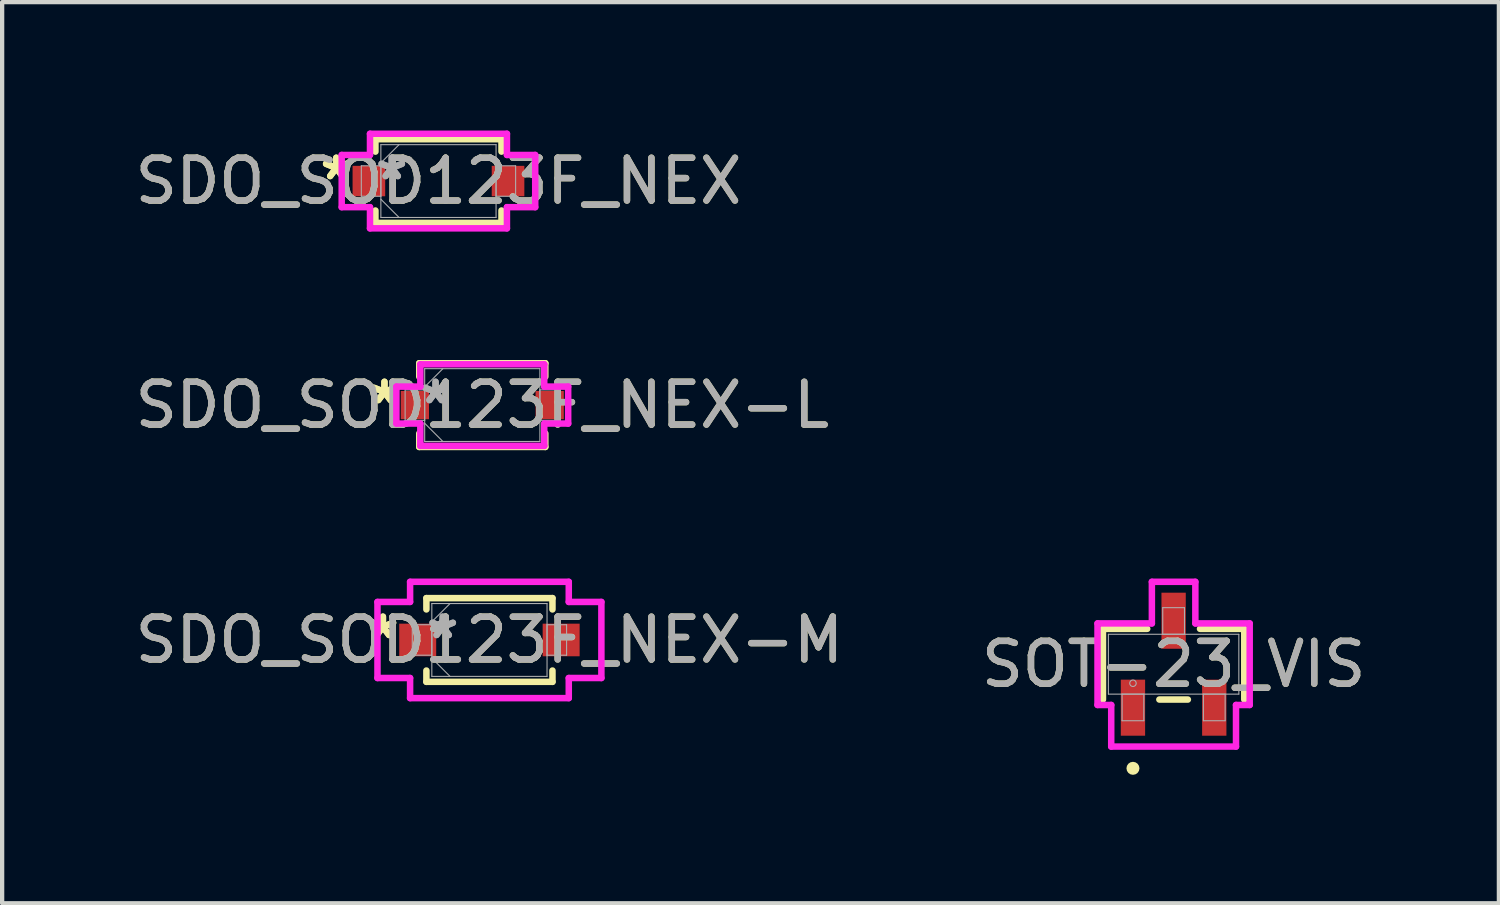
<source format=kicad_pcb>
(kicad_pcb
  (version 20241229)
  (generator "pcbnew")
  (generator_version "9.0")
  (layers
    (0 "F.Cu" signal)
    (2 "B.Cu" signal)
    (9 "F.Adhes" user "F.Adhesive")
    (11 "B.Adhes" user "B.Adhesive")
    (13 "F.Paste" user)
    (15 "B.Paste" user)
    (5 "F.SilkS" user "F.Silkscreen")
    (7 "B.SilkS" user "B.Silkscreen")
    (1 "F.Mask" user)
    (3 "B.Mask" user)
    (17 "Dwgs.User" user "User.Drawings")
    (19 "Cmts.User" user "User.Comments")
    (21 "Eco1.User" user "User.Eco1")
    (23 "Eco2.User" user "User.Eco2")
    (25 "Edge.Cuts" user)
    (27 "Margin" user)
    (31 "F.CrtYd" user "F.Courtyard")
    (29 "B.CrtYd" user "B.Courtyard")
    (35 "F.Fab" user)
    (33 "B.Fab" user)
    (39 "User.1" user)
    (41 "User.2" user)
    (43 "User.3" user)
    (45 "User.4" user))
  (footprint "SDO_SOD123F_NEX-L"
    (layer "F.Cu")
    (at 8.22 6.416)
    (property "Reference" "SDO_SOD123F_NEX-L" (at 0 0 0) (unlocked yes) (layer "F.SilkS") (effects (font (size 1 1) (thickness 0.15))))
    (attr smd)
    (fp_line (start -1.473 -0.978) (end -1.473 -0.663) (stroke (width 0.152) (type solid)) (layer "F.SilkS"))
    (fp_line (start -1.473 0.663) (end -1.473 0.978) (stroke (width 0.152) (type solid)) (layer "F.SilkS"))
    (fp_line (start -1.473 0.978) (end 1.473 0.978) (stroke (width 0.152) (type solid)) (layer "F.SilkS"))
    (fp_line (start 1.473 -0.978) (end -1.473 -0.978) (stroke (width 0.152) (type solid)) (layer "F.SilkS"))
    (fp_line (start 1.473 -0.663) (end 1.473 -0.978) (stroke (width 0.152) (type solid)) (layer "F.SilkS"))
    (fp_line (start 1.473 0.978) (end 1.473 0.663) (stroke (width 0.152) (type solid)) (layer "F.SilkS"))
    (fp_line (start -2.007 -0.432) (end -1.448 -0.432) (stroke (width 0.152) (type solid)) (layer "F.CrtYd"))
    (fp_line (start -2.007 0.432) (end -2.007 -0.432) (stroke (width 0.152) (type solid)) (layer "F.CrtYd"))
    (fp_line (start -1.448 -0.953) (end 1.448 -0.953) (stroke (width 0.152) (type solid)) (layer "F.CrtYd"))
    (fp_line (start -1.448 -0.432) (end -1.448 -0.953) (stroke (width 0.152) (type solid)) (layer "F.CrtYd"))
    (fp_line (start -1.448 0.432) (end -2.007 0.432) (stroke (width 0.152) (type solid)) (layer "F.CrtYd"))
    (fp_line (start -1.448 0.953) (end -1.448 0.432) (stroke (width 0.152) (type solid)) (layer "F.CrtYd"))
    (fp_line (start 1.448 -0.953) (end 1.448 -0.432) (stroke (width 0.152) (type solid)) (layer "F.CrtYd"))
    (fp_line (start 1.448 -0.432) (end 2.007 -0.432) (stroke (width 0.152) (type solid)) (layer "F.CrtYd"))
    (fp_line (start 1.448 0.432) (end 1.448 0.953) (stroke (width 0.152) (type solid)) (layer "F.CrtYd"))
    (fp_line (start 1.448 0.953) (end -1.448 0.953) (stroke (width 0.152) (type solid)) (layer "F.CrtYd"))
    (fp_line (start 2.007 -0.432) (end 2.007 0.432) (stroke (width 0.152) (type solid)) (layer "F.CrtYd"))
    (fp_line (start 2.007 0.432) (end 1.448 0.432) (stroke (width 0.152) (type solid)) (layer "F.CrtYd"))
    (fp_line (start -1.803 -0.356) (end -1.803 0.356) (stroke (width 0.025) (type solid)) (layer "F.Fab"))
    (fp_line (start -1.803 0.356) (end -1.346 0.356) (stroke (width 0.025) (type solid)) (layer "F.Fab"))
    (fp_line (start -1.346 -0.851) (end -1.346 0.851) (stroke (width 0.025) (type solid)) (layer "F.Fab"))
    (fp_line (start -1.346 -0.425) (end -0.921 -0.851) (stroke (width 0.025) (type solid)) (layer "F.Fab"))
    (fp_line (start -1.346 -0.356) (end -1.803 -0.356) (stroke (width 0.025) (type solid)) (layer "F.Fab"))
    (fp_line (start -1.346 0.356) (end -1.346 -0.356) (stroke (width 0.025) (type solid)) (layer "F.Fab"))
    (fp_line (start -1.346 0.425) (end -0.921 0.851) (stroke (width 0.025) (type solid)) (layer "F.Fab"))
    (fp_line (start -1.346 0.851) (end 1.346 0.851) (stroke (width 0.025) (type solid)) (layer "F.Fab"))
    (fp_line (start 1.346 -0.851) (end -1.346 -0.851) (stroke (width 0.025) (type solid)) (layer "F.Fab"))
    (fp_line (start 1.346 -0.356) (end 1.346 0.356) (stroke (width 0.025) (type solid)) (layer "F.Fab"))
    (fp_line (start 1.346 0.356) (end 1.803 0.356) (stroke (width 0.025) (type solid)) (layer "F.Fab"))
    (fp_line (start 1.346 0.851) (end 1.346 -0.851) (stroke (width 0.025) (type solid)) (layer "F.Fab"))
    (fp_line (start 1.803 -0.356) (end 1.346 -0.356) (stroke (width 0.025) (type solid)) (layer "F.Fab"))
    (fp_line (start 1.803 0.356) (end 1.803 -0.356) (stroke (width 0.025) (type solid)) (layer "F.Fab"))
    (fp_text user "*" (at -2.286 0 0) (unlocked yes) (layer "F.SilkS") (effects (font (size 1 1) (thickness 0.15))))
    (fp_text user "*" (at -2.286 0 0) (layer "F.SilkS") (effects (font (size 1 1) (thickness 0.15))))
    (fp_text user "*" (at -1.092 0 0) (layer "F.Fab") (effects (font (size 1 1) (thickness 0.15))))
    (fp_text user "*" (at -1.092 0 0) (unlocked yes) (layer "F.Fab") (effects (font (size 1 1) (thickness 0.15))))
    (fp_text user "${REFERENCE}" (at 0 0 0) (unlocked yes) (layer "F.Fab") (effects (font (size 1 1) (thickness 0.15))))
    (pad "1" smd rect (at -1.575 0) (size 0.66 0.66) (layers "F.Cu" "F.Mask" "F.Paste"))
    (pad "2" smd rect (at 1.575 0) (size 0.66 0.66) (layers "F.Cu" "F.Mask" "F.Paste"))
    (zone (net_name "") (layer "F.Cu") (hatch full 0.508) (connect_pads) (min_thickness 0.254) (filled_areas_thickness no) (keepout (tracks not_allowed) (vias not_allowed) (pads allowed) (copperpour not_allowed) (footprints allowed)) (placement (enabled no)) (fill) (polygon (pts (xy 7.026 5.616) (xy 9.414 5.616) (xy 9.414 7.216) (xy 7.026 7.216)))))
  (footprint "SDO_SOD123F_NEX-M"
    (layer "F.Cu")
    (at 8.387 11.905)
    (property "Reference" "SDO_SOD123F_NEX-M" (at 0 0 0) (unlocked yes) (layer "F.SilkS") (effects (font (size 1 1) (thickness 0.15))))
    (attr smd)
    (fp_line (start -1.473 -0.978) (end -1.473 -0.714) (stroke (width 0.152) (type solid)) (layer "F.SilkS"))
    (fp_line (start -1.473 0.714) (end -1.473 0.978) (stroke (width 0.152) (type solid)) (layer "F.SilkS"))
    (fp_line (start -1.473 0.978) (end 1.473 0.978) (stroke (width 0.152) (type solid)) (layer "F.SilkS"))
    (fp_line (start 1.473 -0.978) (end -1.473 -0.978) (stroke (width 0.152) (type solid)) (layer "F.SilkS"))
    (fp_line (start 1.473 -0.714) (end 1.473 -0.978) (stroke (width 0.152) (type solid)) (layer "F.SilkS"))
    (fp_line (start 1.473 0.978) (end 1.473 0.714) (stroke (width 0.152) (type solid)) (layer "F.SilkS"))
    (fp_line (start -2.616 -0.889) (end -1.854 -0.889) (stroke (width 0.152) (type solid)) (layer "F.CrtYd"))
    (fp_line (start -2.616 0.889) (end -2.616 -0.889) (stroke (width 0.152) (type solid)) (layer "F.CrtYd"))
    (fp_line (start -1.854 -1.359) (end 1.854 -1.359) (stroke (width 0.152) (type solid)) (layer "F.CrtYd"))
    (fp_line (start -1.854 -0.889) (end -1.854 -1.359) (stroke (width 0.152) (type solid)) (layer "F.CrtYd"))
    (fp_line (start -1.854 0.889) (end -2.616 0.889) (stroke (width 0.152) (type solid)) (layer "F.CrtYd"))
    (fp_line (start -1.854 1.359) (end -1.854 0.889) (stroke (width 0.152) (type solid)) (layer "F.CrtYd"))
    (fp_line (start 1.854 -1.359) (end 1.854 -0.889) (stroke (width 0.152) (type solid)) (layer "F.CrtYd"))
    (fp_line (start 1.854 -0.889) (end 2.616 -0.889) (stroke (width 0.152) (type solid)) (layer "F.CrtYd"))
    (fp_line (start 1.854 0.889) (end 1.854 1.359) (stroke (width 0.152) (type solid)) (layer "F.CrtYd"))
    (fp_line (start 1.854 1.359) (end -1.854 1.359) (stroke (width 0.152) (type solid)) (layer "F.CrtYd"))
    (fp_line (start 2.616 -0.889) (end 2.616 0.889) (stroke (width 0.152) (type solid)) (layer "F.CrtYd"))
    (fp_line (start 2.616 0.889) (end 1.854 0.889) (stroke (width 0.152) (type solid)) (layer "F.CrtYd"))
    (fp_line (start -1.803 -0.356) (end -1.803 0.356) (stroke (width 0.025) (type solid)) (layer "F.Fab"))
    (fp_line (start -1.803 0.356) (end -1.346 0.356) (stroke (width 0.025) (type solid)) (layer "F.Fab"))
    (fp_line (start -1.346 -0.851) (end -1.346 0.851) (stroke (width 0.025) (type solid)) (layer "F.Fab"))
    (fp_line (start -1.346 -0.425) (end -0.921 -0.851) (stroke (width 0.025) (type solid)) (layer "F.Fab"))
    (fp_line (start -1.346 -0.356) (end -1.803 -0.356) (stroke (width 0.025) (type solid)) (layer "F.Fab"))
    (fp_line (start -1.346 0.356) (end -1.346 -0.356) (stroke (width 0.025) (type solid)) (layer "F.Fab"))
    (fp_line (start -1.346 0.425) (end -0.921 0.851) (stroke (width 0.025) (type solid)) (layer "F.Fab"))
    (fp_line (start -1.346 0.851) (end 1.346 0.851) (stroke (width 0.025) (type solid)) (layer "F.Fab"))
    (fp_line (start 1.346 -0.851) (end -1.346 -0.851) (stroke (width 0.025) (type solid)) (layer "F.Fab"))
    (fp_line (start 1.346 -0.356) (end 1.346 0.356) (stroke (width 0.025) (type solid)) (layer "F.Fab"))
    (fp_line (start 1.346 0.356) (end 1.803 0.356) (stroke (width 0.025) (type solid)) (layer "F.Fab"))
    (fp_line (start 1.346 0.851) (end 1.346 -0.851) (stroke (width 0.025) (type solid)) (layer "F.Fab"))
    (fp_line (start 1.803 -0.356) (end 1.346 -0.356) (stroke (width 0.025) (type solid)) (layer "F.Fab"))
    (fp_line (start 1.803 0.356) (end 1.803 -0.356) (stroke (width 0.025) (type solid)) (layer "F.Fab"))
    (fp_text user "*" (at -2.489 0 0) (unlocked yes) (layer "F.SilkS") (effects (font (size 1 1) (thickness 0.15))))
    (fp_text user "*" (at -2.489 0 0) (layer "F.SilkS") (effects (font (size 1 1) (thickness 0.15))))
    (fp_text user "${REFERENCE}" (at 0 0 0) (unlocked yes) (layer "F.Fab") (effects (font (size 1 1) (thickness 0.15))))
    (fp_text user "*" (at -1.092 0 0) (unlocked yes) (layer "F.Fab") (effects (font (size 1 1) (thickness 0.15))))
    (fp_text user "*" (at -1.092 0 0) (layer "F.Fab") (effects (font (size 1 1) (thickness 0.15))))
    (pad "1" smd rect (at -1.676 0) (size 0.864 0.762) (layers "F.Cu" "F.Mask" "F.Paste"))
    (pad "2" smd rect (at 1.676 0) (size 0.864 0.762) (layers "F.Cu" "F.Mask" "F.Paste"))
    (zone (net_name "") (layer "F.Cu") (hatch full 0.508) (connect_pads) (min_thickness 0.254) (filled_areas_thickness no) (keepout (tracks not_allowed) (vias not_allowed) (pads allowed) (copperpour not_allowed) (footprints allowed)) (placement (enabled no)) (fill) (polygon (pts (xy 7.193 11.105) (xy 9.581 11.105) (xy 9.581 12.706) (xy 7.193 12.706)))))
  (footprint "SOT-23_VIS"
    (layer "F.Cu")
    (at 24.375 12.471)
    (property "Reference" "SOT-23_VIS" (at 0 0 0) (unlocked yes) (layer "F.SilkS") (effects (font (size 1 1) (thickness 0.15))))
    (attr smd)
    (fp_line (start -1.651 -0.826) (end -1.651 0.826) (stroke (width 0.152) (type solid)) (layer "F.SilkS"))
    (fp_line (start -0.617 -0.826) (end -1.651 -0.826) (stroke (width 0.152) (type solid)) (layer "F.SilkS"))
    (fp_line (start -0.333 0.826) (end 0.333 0.826) (stroke (width 0.152) (type solid)) (layer "F.SilkS"))
    (fp_line (start 1.651 -0.826) (end 0.617 -0.826) (stroke (width 0.152) (type solid)) (layer "F.SilkS"))
    (fp_line (start 1.651 0.826) (end 1.651 -0.826) (stroke (width 0.152) (type solid)) (layer "F.SilkS"))
    (fp_circle (center -0.95 2.433) (end -0.874 2.433) (stroke (width 0.152) (type solid)) (fill no) (layer "F.SilkS"))
    (fp_line (start -1.778 -0.953) (end -0.508 -0.953) (stroke (width 0.152) (type solid)) (layer "F.CrtYd"))
    (fp_line (start -1.778 0.953) (end -1.778 -0.953) (stroke (width 0.152) (type solid)) (layer "F.CrtYd"))
    (fp_line (start -1.778 0.953) (end -1.458 0.953) (stroke (width 0.152) (type solid)) (layer "F.CrtYd"))
    (fp_line (start -1.458 0.953) (end -1.458 1.925) (stroke (width 0.152) (type solid)) (layer "F.CrtYd"))
    (fp_line (start -1.458 1.925) (end 1.458 1.925) (stroke (width 0.152) (type solid)) (layer "F.CrtYd"))
    (fp_line (start -0.508 -1.925) (end 0.508 -1.925) (stroke (width 0.152) (type solid)) (layer "F.CrtYd"))
    (fp_line (start -0.508 -0.953) (end -0.508 -1.925) (stroke (width 0.152) (type solid)) (layer "F.CrtYd"))
    (fp_line (start 0.508 -0.953) (end 0.508 -1.925) (stroke (width 0.152) (type solid)) (layer "F.CrtYd"))
    (fp_line (start 1.458 0.953) (end 1.458 1.925) (stroke (width 0.152) (type solid)) (layer "F.CrtYd"))
    (fp_line (start 1.778 -0.953) (end 0.508 -0.953) (stroke (width 0.152) (type solid)) (layer "F.CrtYd"))
    (fp_line (start 1.778 -0.953) (end 1.778 0.953) (stroke (width 0.152) (type solid)) (layer "F.CrtYd"))
    (fp_line (start 1.778 0.953) (end 1.458 0.953) (stroke (width 0.152) (type solid)) (layer "F.CrtYd"))
    (fp_line (start -1.524 -0.699) (end -1.524 0.699) (stroke (width 0.025) (type solid)) (layer "F.Fab"))
    (fp_line (start -1.524 0.699) (end 1.524 0.699) (stroke (width 0.025) (type solid)) (layer "F.Fab"))
    (fp_line (start -1.204 0.699) (end -1.204 1.321) (stroke (width 0.025) (type solid)) (layer "F.Fab"))
    (fp_line (start -1.204 1.321) (end -0.696 1.321) (stroke (width 0.025) (type solid)) (layer "F.Fab"))
    (fp_line (start -0.696 0.699) (end -1.204 0.699) (stroke (width 0.025) (type solid)) (layer "F.Fab"))
    (fp_line (start -0.696 1.321) (end -0.696 0.699) (stroke (width 0.025) (type solid)) (layer "F.Fab"))
    (fp_line (start -0.254 -1.321) (end -0.254 -0.699) (stroke (width 0.025) (type solid)) (layer "F.Fab"))
    (fp_line (start -0.254 -0.699) (end 0.254 -0.699) (stroke (width 0.025) (type solid)) (layer "F.Fab"))
    (fp_line (start 0.254 -1.321) (end -0.254 -1.321) (stroke (width 0.025) (type solid)) (layer "F.Fab"))
    (fp_line (start 0.254 -0.699) (end 0.254 -1.321) (stroke (width 0.025) (type solid)) (layer "F.Fab"))
    (fp_line (start 0.696 0.699) (end 0.696 1.321) (stroke (width 0.025) (type solid)) (layer "F.Fab"))
    (fp_line (start 0.696 1.321) (end 1.204 1.321) (stroke (width 0.025) (type solid)) (layer "F.Fab"))
    (fp_line (start 1.204 0.699) (end 0.696 0.699) (stroke (width 0.025) (type solid)) (layer "F.Fab"))
    (fp_line (start 1.204 1.321) (end 1.204 0.699) (stroke (width 0.025) (type solid)) (layer "F.Fab"))
    (fp_line (start 1.524 -0.699) (end -1.524 -0.699) (stroke (width 0.025) (type solid)) (layer "F.Fab"))
    (fp_line (start 1.524 0.699) (end 1.524 -0.699) (stroke (width 0.025) (type solid)) (layer "F.Fab"))
    (fp_circle (center -0.95 0.445) (end -0.874 0.445) (stroke (width 0.025) (type solid)) (fill no) (layer "F.Fab"))
    (fp_text user "${REFERENCE}" (at 0 0 0) (unlocked yes) (layer "F.Fab") (effects (font (size 1 1) (thickness 0.15))))
    (pad "1" smd rect (at -0.95 1.016) (size 0.568 1.31) (layers "F.Cu" "F.Mask" "F.Paste"))
    (pad "2" smd rect (at 0.95 1.016) (size 0.568 1.31) (layers "F.Cu" "F.Mask" "F.Paste"))
    (pad "3" smd rect (at 0 -1.016) (size 0.568 1.31) (layers "F.Cu" "F.Mask" "F.Paste")))
  (footprint "SDO_SOD123F_NEX"
    (layer "F.Cu")
    (at 7.196 1.181)
    (property "Reference" "SDO_SOD123F_NEX" (at 0 0 0) (unlocked yes) (layer "F.SilkS") (effects (font (size 1 1) (thickness 0.15))))
    (attr smd)
    (fp_line (start -1.473 -0.978) (end -1.473 -0.688) (stroke (width 0.152) (type solid)) (layer "F.SilkS"))
    (fp_line (start -1.473 0.688) (end -1.473 0.978) (stroke (width 0.152) (type solid)) (layer "F.SilkS"))
    (fp_line (start -1.473 0.978) (end 1.473 0.978) (stroke (width 0.152) (type solid)) (layer "F.SilkS"))
    (fp_line (start 1.473 -0.978) (end -1.473 -0.978) (stroke (width 0.152) (type solid)) (layer "F.SilkS"))
    (fp_line (start 1.473 -0.688) (end 1.473 -0.978) (stroke (width 0.152) (type solid)) (layer "F.SilkS"))
    (fp_line (start 1.473 0.978) (end 1.473 0.688) (stroke (width 0.152) (type solid)) (layer "F.SilkS"))
    (fp_line (start -2.261 -0.61) (end -1.6 -0.61) (stroke (width 0.152) (type solid)) (layer "F.CrtYd"))
    (fp_line (start -2.261 0.61) (end -2.261 -0.61) (stroke (width 0.152) (type solid)) (layer "F.CrtYd"))
    (fp_line (start -1.6 -1.105) (end 1.6 -1.105) (stroke (width 0.152) (type solid)) (layer "F.CrtYd"))
    (fp_line (start -1.6 -0.61) (end -1.6 -1.105) (stroke (width 0.152) (type solid)) (layer "F.CrtYd"))
    (fp_line (start -1.6 0.61) (end -2.261 0.61) (stroke (width 0.152) (type solid)) (layer "F.CrtYd"))
    (fp_line (start -1.6 1.105) (end -1.6 0.61) (stroke (width 0.152) (type solid)) (layer "F.CrtYd"))
    (fp_line (start 1.6 -1.105) (end 1.6 -0.61) (stroke (width 0.152) (type solid)) (layer "F.CrtYd"))
    (fp_line (start 1.6 -0.61) (end 2.261 -0.61) (stroke (width 0.152) (type solid)) (layer "F.CrtYd"))
    (fp_line (start 1.6 0.61) (end 1.6 1.105) (stroke (width 0.152) (type solid)) (layer "F.CrtYd"))
    (fp_line (start 1.6 1.105) (end -1.6 1.105) (stroke (width 0.152) (type solid)) (layer "F.CrtYd"))
    (fp_line (start 2.261 -0.61) (end 2.261 0.61) (stroke (width 0.152) (type solid)) (layer "F.CrtYd"))
    (fp_line (start 2.261 0.61) (end 1.6 0.61) (stroke (width 0.152) (type solid)) (layer "F.CrtYd"))
    (fp_line (start -1.803 -0.356) (end -1.803 0.356) (stroke (width 0.025) (type solid)) (layer "F.Fab"))
    (fp_line (start -1.803 0.356) (end -1.346 0.356) (stroke (width 0.025) (type solid)) (layer "F.Fab"))
    (fp_line (start -1.346 -0.851) (end -1.346 0.851) (stroke (width 0.025) (type solid)) (layer "F.Fab"))
    (fp_line (start -1.346 -0.425) (end -0.921 -0.851) (stroke (width 0.025) (type solid)) (layer "F.Fab"))
    (fp_line (start -1.346 -0.356) (end -1.803 -0.356) (stroke (width 0.025) (type solid)) (layer "F.Fab"))
    (fp_line (start -1.346 0.356) (end -1.346 -0.356) (stroke (width 0.025) (type solid)) (layer "F.Fab"))
    (fp_line (start -1.346 0.425) (end -0.921 0.851) (stroke (width 0.025) (type solid)) (layer "F.Fab"))
    (fp_line (start -1.346 0.851) (end 1.346 0.851) (stroke (width 0.025) (type solid)) (layer "F.Fab"))
    (fp_line (start 1.346 -0.851) (end -1.346 -0.851) (stroke (width 0.025) (type solid)) (layer "F.Fab"))
    (fp_line (start 1.346 -0.356) (end 1.346 0.356) (stroke (width 0.025) (type solid)) (layer "F.Fab"))
    (fp_line (start 1.346 0.356) (end 1.803 0.356) (stroke (width 0.025) (type solid)) (layer "F.Fab"))
    (fp_line (start 1.346 0.851) (end 1.346 -0.851) (stroke (width 0.025) (type solid)) (layer "F.Fab"))
    (fp_line (start 1.803 -0.356) (end 1.346 -0.356) (stroke (width 0.025) (type solid)) (layer "F.Fab"))
    (fp_line (start 1.803 0.356) (end 1.803 -0.356) (stroke (width 0.025) (type solid)) (layer "F.Fab"))
    (fp_text user "*" (at -2.388 0 0) (layer "F.SilkS") (effects (font (size 1 1) (thickness 0.15))))
    (fp_text user "*" (at -2.388 0 0) (unlocked yes) (layer "F.SilkS") (effects (font (size 1 1) (thickness 0.15))))
    (fp_text user "${REFERENCE}" (at 0 0 0) (unlocked yes) (layer "F.Fab") (effects (font (size 1 1) (thickness 0.15))))
    (fp_text user "*" (at -1.092 0 0) (unlocked yes) (layer "F.Fab") (effects (font (size 1 1) (thickness 0.15))))
    (fp_text user "*" (at -1.092 0 0) (layer "F.Fab") (effects (font (size 1 1) (thickness 0.15))))
    (pad "1" smd rect (at -1.626 0) (size 0.762 0.711) (layers "F.Cu" "F.Mask" "F.Paste"))
    (pad "2" smd rect (at 1.626 0) (size 0.762 0.711) (layers "F.Cu" "F.Mask" "F.Paste"))
    (zone (net_name "") (layer "F.Cu") (hatch full 0.508) (connect_pads) (min_thickness 0.254) (filled_areas_thickness no) (keepout (tracks not_allowed) (vias not_allowed) (pads allowed) (copperpour not_allowed) (footprints allowed)) (placement (enabled no)) (fill) (polygon (pts (xy 6.003 0.381) (xy 8.39 0.381) (xy 8.39 1.981) (xy 6.003 1.981)))))
  (gr_rect
    (start -3 -3)
    (end 31.976 18.057)
    (stroke (width 0.1) (type default))
    (fill no)
    (layer "Edge.Cuts")))
</source>
